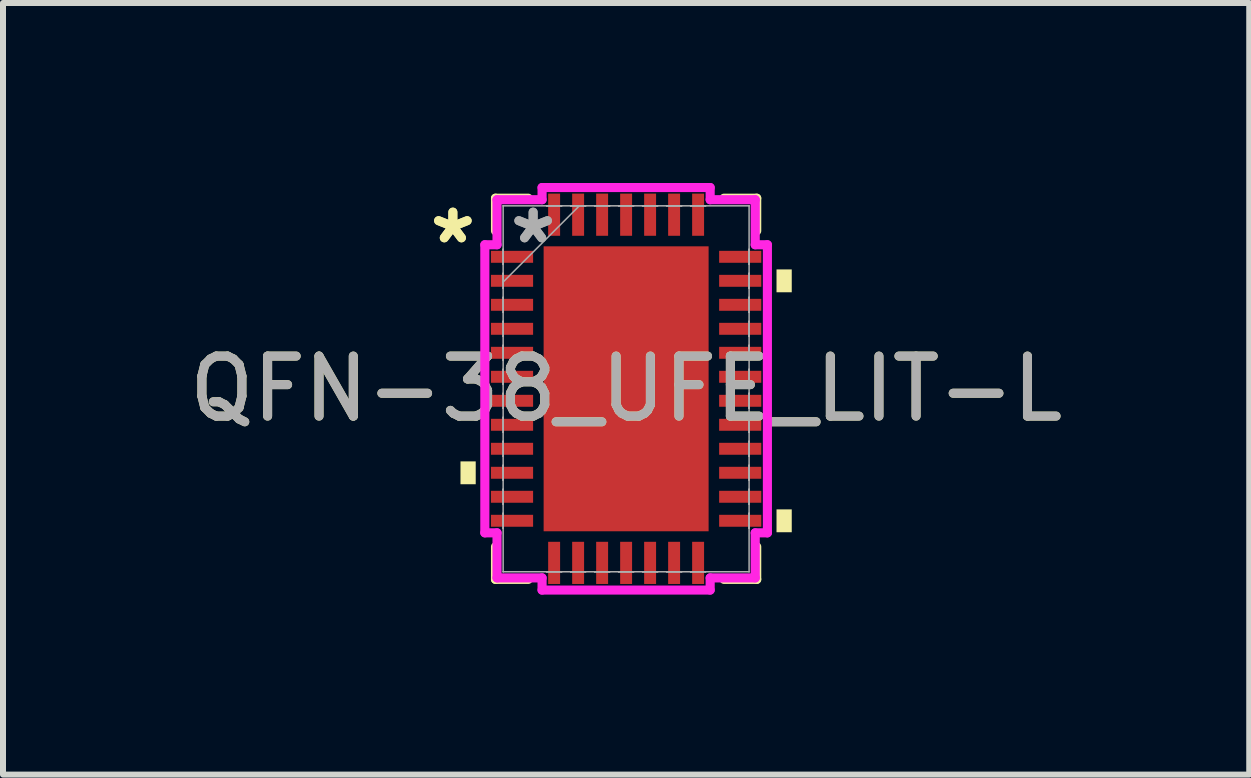
<source format=kicad_pcb>
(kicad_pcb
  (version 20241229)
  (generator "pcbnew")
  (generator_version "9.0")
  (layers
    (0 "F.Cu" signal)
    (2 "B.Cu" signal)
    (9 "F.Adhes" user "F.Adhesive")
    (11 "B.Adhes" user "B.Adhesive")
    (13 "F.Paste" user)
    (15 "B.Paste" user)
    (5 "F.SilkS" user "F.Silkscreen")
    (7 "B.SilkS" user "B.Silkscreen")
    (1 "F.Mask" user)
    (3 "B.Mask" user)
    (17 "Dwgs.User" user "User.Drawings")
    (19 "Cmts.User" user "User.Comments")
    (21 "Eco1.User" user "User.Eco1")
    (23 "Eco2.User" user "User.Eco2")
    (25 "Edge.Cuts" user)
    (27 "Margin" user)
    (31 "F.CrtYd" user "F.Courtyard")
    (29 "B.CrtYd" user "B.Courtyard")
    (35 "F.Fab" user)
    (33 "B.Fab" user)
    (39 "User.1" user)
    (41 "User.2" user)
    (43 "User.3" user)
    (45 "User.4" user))
  (footprint "QFN-38_UFE_LIT-L"
    (layer "F.Cu")
    (at 7.387 3.431)
    (property "Reference" "QFN-38_UFE_LIT-L" (at 0 0 0) (unlocked yes) (layer "F.SilkS") (effects (font (size 1 1) (thickness 0.15))))
    (attr smd)
    (fp_line (start -2.177 -3.177) (end -2.177 -2.632) (stroke (width 0.152) (type solid)) (layer "F.SilkS"))
    (fp_line (start -2.177 2.632) (end -2.177 3.177) (stroke (width 0.152) (type solid)) (layer "F.SilkS"))
    (fp_line (start -2.177 3.177) (end -1.632 3.177) (stroke (width 0.152) (type solid)) (layer "F.SilkS"))
    (fp_line (start -1.632 -3.177) (end -2.177 -3.177) (stroke (width 0.152) (type solid)) (layer "F.SilkS"))
    (fp_line (start 1.632 3.177) (end 2.177 3.177) (stroke (width 0.152) (type solid)) (layer "F.SilkS"))
    (fp_line (start 2.177 -3.177) (end 1.632 -3.177) (stroke (width 0.152) (type solid)) (layer "F.SilkS"))
    (fp_line (start 2.177 -2.632) (end 2.177 -3.177) (stroke (width 0.152) (type solid)) (layer "F.SilkS"))
    (fp_line (start 2.177 3.177) (end 2.177 2.632) (stroke (width 0.152) (type solid)) (layer "F.SilkS"))
    (fp_poly (pts (xy -2.761 1.21) (xy -2.761 1.591) (xy -2.507 1.591) (xy -2.507 1.21)) (stroke (width 0) (type solid)) (fill yes) (layer "F.SilkS"))
    (fp_poly (pts (xy 2.761 -1.99) (xy 2.761 -1.609) (xy 2.507 -1.609) (xy 2.507 -1.99)) (stroke (width 0) (type solid)) (fill yes) (layer "F.SilkS"))
    (fp_poly (pts (xy 2.761 2.01) (xy 2.761 2.391) (xy 2.507 2.391) (xy 2.507 2.01)) (stroke (width 0) (type solid)) (fill yes) (layer "F.SilkS"))
    (fp_poly (pts (xy -1.275 -2.275) (xy -1.275 -0.892) (xy -0.1 -0.892) (xy -0.1 -2.275)) (stroke (width 0) (type solid)) (fill yes) (layer "F.Paste"))
    (fp_poly (pts (xy -1.275 -0.692) (xy -1.275 0.692) (xy -0.1 0.692) (xy -0.1 -0.692)) (stroke (width 0) (type solid)) (fill yes) (layer "F.Paste"))
    (fp_poly (pts (xy -1.275 0.892) (xy -1.275 2.275) (xy -0.1 2.275) (xy -0.1 0.892)) (stroke (width 0) (type solid)) (fill yes) (layer "F.Paste"))
    (fp_poly (pts (xy 0.1 -2.275) (xy 0.1 -0.892) (xy 1.275 -0.892) (xy 1.275 -2.275)) (stroke (width 0) (type solid)) (fill yes) (layer "F.Paste"))
    (fp_poly (pts (xy 0.1 -0.692) (xy 0.1 0.692) (xy 1.275 0.692) (xy 1.275 -0.692)) (stroke (width 0) (type solid)) (fill yes) (layer "F.Paste"))
    (fp_poly (pts (xy 0.1 0.892) (xy 0.1 2.275) (xy 1.275 2.275) (xy 1.275 0.892)) (stroke (width 0) (type solid)) (fill yes) (layer "F.Paste"))
    (fp_line (start -2.355 -2.401) (end -2.152 -2.401) (stroke (width 0.152) (type solid)) (layer "F.CrtYd"))
    (fp_line (start -2.355 2.401) (end -2.355 -2.401) (stroke (width 0.152) (type solid)) (layer "F.CrtYd"))
    (fp_line (start -2.152 -3.152) (end -1.401 -3.152) (stroke (width 0.152) (type solid)) (layer "F.CrtYd"))
    (fp_line (start -2.152 -2.401) (end -2.152 -3.152) (stroke (width 0.152) (type solid)) (layer "F.CrtYd"))
    (fp_line (start -2.152 2.401) (end -2.355 2.401) (stroke (width 0.152) (type solid)) (layer "F.CrtYd"))
    (fp_line (start -2.152 3.152) (end -2.152 2.401) (stroke (width 0.152) (type solid)) (layer "F.CrtYd"))
    (fp_line (start -1.401 -3.355) (end 1.401 -3.355) (stroke (width 0.152) (type solid)) (layer "F.CrtYd"))
    (fp_line (start -1.401 -3.152) (end -1.401 -3.355) (stroke (width 0.152) (type solid)) (layer "F.CrtYd"))
    (fp_line (start -1.401 3.152) (end -2.152 3.152) (stroke (width 0.152) (type solid)) (layer "F.CrtYd"))
    (fp_line (start -1.401 3.355) (end -1.401 3.152) (stroke (width 0.152) (type solid)) (layer "F.CrtYd"))
    (fp_line (start 1.401 -3.355) (end 1.401 -3.152) (stroke (width 0.152) (type solid)) (layer "F.CrtYd"))
    (fp_line (start 1.401 -3.152) (end 2.152 -3.152) (stroke (width 0.152) (type solid)) (layer "F.CrtYd"))
    (fp_line (start 1.401 3.152) (end 1.401 3.355) (stroke (width 0.152) (type solid)) (layer "F.CrtYd"))
    (fp_line (start 1.401 3.355) (end -1.401 3.355) (stroke (width 0.152) (type solid)) (layer "F.CrtYd"))
    (fp_line (start 2.152 -3.152) (end 2.152 -2.401) (stroke (width 0.152) (type solid)) (layer "F.CrtYd"))
    (fp_line (start 2.152 -2.401) (end 2.355 -2.401) (stroke (width 0.152) (type solid)) (layer "F.CrtYd"))
    (fp_line (start 2.152 2.401) (end 2.152 3.152) (stroke (width 0.152) (type solid)) (layer "F.CrtYd"))
    (fp_line (start 2.152 3.152) (end 1.401 3.152) (stroke (width 0.152) (type solid)) (layer "F.CrtYd"))
    (fp_line (start 2.355 -2.401) (end 2.355 2.401) (stroke (width 0.152) (type solid)) (layer "F.CrtYd"))
    (fp_line (start 2.355 2.401) (end 2.152 2.401) (stroke (width 0.152) (type solid)) (layer "F.CrtYd"))
    (fp_line (start -2.05 -3.05) (end -2.05 -3.05) (stroke (width 0.025) (type solid)) (layer "F.Fab"))
    (fp_line (start -2.05 -3.05) (end -2.05 3.05) (stroke (width 0.025) (type solid)) (layer "F.Fab"))
    (fp_line (start -2.05 -2.325) (end -2.05 -2.325) (stroke (width 0.025) (type solid)) (layer "F.Fab"))
    (fp_line (start -2.05 -2.325) (end -2.05 -2.075) (stroke (width 0.025) (type solid)) (layer "F.Fab"))
    (fp_line (start -2.05 -2.075) (end -2.05 -2.325) (stroke (width 0.025) (type solid)) (layer "F.Fab"))
    (fp_line (start -2.05 -2.075) (end -2.05 -2.075) (stroke (width 0.025) (type solid)) (layer "F.Fab"))
    (fp_line (start -2.05 -1.925) (end -2.05 -1.925) (stroke (width 0.025) (type solid)) (layer "F.Fab"))
    (fp_line (start -2.05 -1.925) (end -2.05 -1.675) (stroke (width 0.025) (type solid)) (layer "F.Fab"))
    (fp_line (start -2.05 -1.78) (end -0.78 -3.05) (stroke (width 0.025) (type solid)) (layer "F.Fab"))
    (fp_line (start -2.05 -1.675) (end -2.05 -1.925) (stroke (width 0.025) (type solid)) (layer "F.Fab"))
    (fp_line (start -2.05 -1.675) (end -2.05 -1.675) (stroke (width 0.025) (type solid)) (layer "F.Fab"))
    (fp_line (start -2.05 -1.525) (end -2.05 -1.525) (stroke (width 0.025) (type solid)) (layer "F.Fab"))
    (fp_line (start -2.05 -1.525) (end -2.05 -1.275) (stroke (width 0.025) (type solid)) (layer "F.Fab"))
    (fp_line (start -2.05 -1.275) (end -2.05 -1.525) (stroke (width 0.025) (type solid)) (layer "F.Fab"))
    (fp_line (start -2.05 -1.275) (end -2.05 -1.275) (stroke (width 0.025) (type solid)) (layer "F.Fab"))
    (fp_line (start -2.05 -1.125) (end -2.05 -1.125) (stroke (width 0.025) (type solid)) (layer "F.Fab"))
    (fp_line (start -2.05 -1.125) (end -2.05 -0.875) (stroke (width 0.025) (type solid)) (layer "F.Fab"))
    (fp_line (start -2.05 -0.875) (end -2.05 -1.125) (stroke (width 0.025) (type solid)) (layer "F.Fab"))
    (fp_line (start -2.05 -0.875) (end -2.05 -0.875) (stroke (width 0.025) (type solid)) (layer "F.Fab"))
    (fp_line (start -2.05 -0.725) (end -2.05 -0.725) (stroke (width 0.025) (type solid)) (layer "F.Fab"))
    (fp_line (start -2.05 -0.725) (end -2.05 -0.475) (stroke (width 0.025) (type solid)) (layer "F.Fab"))
    (fp_line (start -2.05 -0.475) (end -2.05 -0.725) (stroke (width 0.025) (type solid)) (layer "F.Fab"))
    (fp_line (start -2.05 -0.475) (end -2.05 -0.475) (stroke (width 0.025) (type solid)) (layer "F.Fab"))
    (fp_line (start -2.05 -0.325) (end -2.05 -0.325) (stroke (width 0.025) (type solid)) (layer "F.Fab"))
    (fp_line (start -2.05 -0.325) (end -2.05 -0.075) (stroke (width 0.025) (type solid)) (layer "F.Fab"))
    (fp_line (start -2.05 -0.075) (end -2.05 -0.325) (stroke (width 0.025) (type solid)) (layer "F.Fab"))
    (fp_line (start -2.05 -0.075) (end -2.05 -0.075) (stroke (width 0.025) (type solid)) (layer "F.Fab"))
    (fp_line (start -2.05 0.075) (end -2.05 0.075) (stroke (width 0.025) (type solid)) (layer "F.Fab"))
    (fp_line (start -2.05 0.075) (end -2.05 0.325) (stroke (width 0.025) (type solid)) (layer "F.Fab"))
    (fp_line (start -2.05 0.325) (end -2.05 0.075) (stroke (width 0.025) (type solid)) (layer "F.Fab"))
    (fp_line (start -2.05 0.325) (end -2.05 0.325) (stroke (width 0.025) (type solid)) (layer "F.Fab"))
    (fp_line (start -2.05 0.475) (end -2.05 0.475) (stroke (width 0.025) (type solid)) (layer "F.Fab"))
    (fp_line (start -2.05 0.475) (end -2.05 0.725) (stroke (width 0.025) (type solid)) (layer "F.Fab"))
    (fp_line (start -2.05 0.725) (end -2.05 0.475) (stroke (width 0.025) (type solid)) (layer "F.Fab"))
    (fp_line (start -2.05 0.725) (end -2.05 0.725) (stroke (width 0.025) (type solid)) (layer "F.Fab"))
    (fp_line (start -2.05 0.875) (end -2.05 0.875) (stroke (width 0.025) (type solid)) (layer "F.Fab"))
    (fp_line (start -2.05 0.875) (end -2.05 1.125) (stroke (width 0.025) (type solid)) (layer "F.Fab"))
    (fp_line (start -2.05 1.125) (end -2.05 0.875) (stroke (width 0.025) (type solid)) (layer "F.Fab"))
    (fp_line (start -2.05 1.125) (end -2.05 1.125) (stroke (width 0.025) (type solid)) (layer "F.Fab"))
    (fp_line (start -2.05 1.275) (end -2.05 1.275) (stroke (width 0.025) (type solid)) (layer "F.Fab"))
    (fp_line (start -2.05 1.275) (end -2.05 1.525) (stroke (width 0.025) (type solid)) (layer "F.Fab"))
    (fp_line (start -2.05 1.525) (end -2.05 1.275) (stroke (width 0.025) (type solid)) (layer "F.Fab"))
    (fp_line (start -2.05 1.525) (end -2.05 1.525) (stroke (width 0.025) (type solid)) (layer "F.Fab"))
    (fp_line (start -2.05 1.675) (end -2.05 1.675) (stroke (width 0.025) (type solid)) (layer "F.Fab"))
    (fp_line (start -2.05 1.675) (end -2.05 1.925) (stroke (width 0.025) (type solid)) (layer "F.Fab"))
    (fp_line (start -2.05 1.925) (end -2.05 1.675) (stroke (width 0.025) (type solid)) (layer "F.Fab"))
    (fp_line (start -2.05 1.925) (end -2.05 1.925) (stroke (width 0.025) (type solid)) (layer "F.Fab"))
    (fp_line (start -2.05 2.075) (end -2.05 2.075) (stroke (width 0.025) (type solid)) (layer "F.Fab"))
    (fp_line (start -2.05 2.075) (end -2.05 2.325) (stroke (width 0.025) (type solid)) (layer "F.Fab"))
    (fp_line (start -2.05 2.325) (end -2.05 2.075) (stroke (width 0.025) (type solid)) (layer "F.Fab"))
    (fp_line (start -2.05 2.325) (end -2.05 2.325) (stroke (width 0.025) (type solid)) (layer "F.Fab"))
    (fp_line (start -2.05 3.05) (end -2.05 3.05) (stroke (width 0.025) (type solid)) (layer "F.Fab"))
    (fp_line (start -2.05 3.05) (end 2.05 3.05) (stroke (width 0.025) (type solid)) (layer "F.Fab"))
    (fp_line (start -1.325 -3.05) (end -1.325 -3.05) (stroke (width 0.025) (type solid)) (layer "F.Fab"))
    (fp_line (start -1.325 -3.05) (end -1.075 -3.05) (stroke (width 0.025) (type solid)) (layer "F.Fab"))
    (fp_line (start -1.325 3.05) (end -1.325 3.05) (stroke (width 0.025) (type solid)) (layer "F.Fab"))
    (fp_line (start -1.325 3.05) (end -1.075 3.05) (stroke (width 0.025) (type solid)) (layer "F.Fab"))
    (fp_line (start -1.075 -3.05) (end -1.325 -3.05) (stroke (width 0.025) (type solid)) (layer "F.Fab"))
    (fp_line (start -1.075 -3.05) (end -1.075 -3.05) (stroke (width 0.025) (type solid)) (layer "F.Fab"))
    (fp_line (start -1.075 3.05) (end -1.325 3.05) (stroke (width 0.025) (type solid)) (layer "F.Fab"))
    (fp_line (start -1.075 3.05) (end -1.075 3.05) (stroke (width 0.025) (type solid)) (layer "F.Fab"))
    (fp_line (start -0.925 -3.05) (end -0.925 -3.05) (stroke (width 0.025) (type solid)) (layer "F.Fab"))
    (fp_line (start -0.925 -3.05) (end -0.675 -3.05) (stroke (width 0.025) (type solid)) (layer "F.Fab"))
    (fp_line (start -0.925 3.05) (end -0.925 3.05) (stroke (width 0.025) (type solid)) (layer "F.Fab"))
    (fp_line (start -0.925 3.05) (end -0.675 3.05) (stroke (width 0.025) (type solid)) (layer "F.Fab"))
    (fp_line (start -0.675 -3.05) (end -0.925 -3.05) (stroke (width 0.025) (type solid)) (layer "F.Fab"))
    (fp_line (start -0.675 -3.05) (end -0.675 -3.05) (stroke (width 0.025) (type solid)) (layer "F.Fab"))
    (fp_line (start -0.675 3.05) (end -0.925 3.05) (stroke (width 0.025) (type solid)) (layer "F.Fab"))
    (fp_line (start -0.675 3.05) (end -0.675 3.05) (stroke (width 0.025) (type solid)) (layer "F.Fab"))
    (fp_line (start -0.525 -3.05) (end -0.525 -3.05) (stroke (width 0.025) (type solid)) (layer "F.Fab"))
    (fp_line (start -0.525 -3.05) (end -0.275 -3.05) (stroke (width 0.025) (type solid)) (layer "F.Fab"))
    (fp_line (start -0.525 3.05) (end -0.525 3.05) (stroke (width 0.025) (type solid)) (layer "F.Fab"))
    (fp_line (start -0.525 3.05) (end -0.275 3.05) (stroke (width 0.025) (type solid)) (layer "F.Fab"))
    (fp_line (start -0.275 -3.05) (end -0.525 -3.05) (stroke (width 0.025) (type solid)) (layer "F.Fab"))
    (fp_line (start -0.275 -3.05) (end -0.275 -3.05) (stroke (width 0.025) (type solid)) (layer "F.Fab"))
    (fp_line (start -0.275 3.05) (end -0.525 3.05) (stroke (width 0.025) (type solid)) (layer "F.Fab"))
    (fp_line (start -0.275 3.05) (end -0.275 3.05) (stroke (width 0.025) (type solid)) (layer "F.Fab"))
    (fp_line (start -0.125 -3.05) (end -0.125 -3.05) (stroke (width 0.025) (type solid)) (layer "F.Fab"))
    (fp_line (start -0.125 -3.05) (end 0.125 -3.05) (stroke (width 0.025) (type solid)) (layer "F.Fab"))
    (fp_line (start -0.125 3.05) (end -0.125 3.05) (stroke (width 0.025) (type solid)) (layer "F.Fab"))
    (fp_line (start -0.125 3.05) (end 0.125 3.05) (stroke (width 0.025) (type solid)) (layer "F.Fab"))
    (fp_line (start 0.125 -3.05) (end -0.125 -3.05) (stroke (width 0.025) (type solid)) (layer "F.Fab"))
    (fp_line (start 0.125 -3.05) (end 0.125 -3.05) (stroke (width 0.025) (type solid)) (layer "F.Fab"))
    (fp_line (start 0.125 3.05) (end -0.125 3.05) (stroke (width 0.025) (type solid)) (layer "F.Fab"))
    (fp_line (start 0.125 3.05) (end 0.125 3.05) (stroke (width 0.025) (type solid)) (layer "F.Fab"))
    (fp_line (start 0.275 -3.05) (end 0.275 -3.05) (stroke (width 0.025) (type solid)) (layer "F.Fab"))
    (fp_line (start 0.275 -3.05) (end 0.525 -3.05) (stroke (width 0.025) (type solid)) (layer "F.Fab"))
    (fp_line (start 0.275 3.05) (end 0.275 3.05) (stroke (width 0.025) (type solid)) (layer "F.Fab"))
    (fp_line (start 0.275 3.05) (end 0.525 3.05) (stroke (width 0.025) (type solid)) (layer "F.Fab"))
    (fp_line (start 0.525 -3.05) (end 0.275 -3.05) (stroke (width 0.025) (type solid)) (layer "F.Fab"))
    (fp_line (start 0.525 -3.05) (end 0.525 -3.05) (stroke (width 0.025) (type solid)) (layer "F.Fab"))
    (fp_line (start 0.525 3.05) (end 0.275 3.05) (stroke (width 0.025) (type solid)) (layer "F.Fab"))
    (fp_line (start 0.525 3.05) (end 0.525 3.05) (stroke (width 0.025) (type solid)) (layer "F.Fab"))
    (fp_line (start 0.675 -3.05) (end 0.675 -3.05) (stroke (width 0.025) (type solid)) (layer "F.Fab"))
    (fp_line (start 0.675 -3.05) (end 0.925 -3.05) (stroke (width 0.025) (type solid)) (layer "F.Fab"))
    (fp_line (start 0.675 3.05) (end 0.675 3.05) (stroke (width 0.025) (type solid)) (layer "F.Fab"))
    (fp_line (start 0.675 3.05) (end 0.925 3.05) (stroke (width 0.025) (type solid)) (layer "F.Fab"))
    (fp_line (start 0.925 -3.05) (end 0.675 -3.05) (stroke (width 0.025) (type solid)) (layer "F.Fab"))
    (fp_line (start 0.925 -3.05) (end 0.925 -3.05) (stroke (width 0.025) (type solid)) (layer "F.Fab"))
    (fp_line (start 0.925 3.05) (end 0.675 3.05) (stroke (width 0.025) (type solid)) (layer "F.Fab"))
    (fp_line (start 0.925 3.05) (end 0.925 3.05) (stroke (width 0.025) (type solid)) (layer "F.Fab"))
    (fp_line (start 1.075 -3.05) (end 1.075 -3.05) (stroke (width 0.025) (type solid)) (layer "F.Fab"))
    (fp_line (start 1.075 -3.05) (end 1.325 -3.05) (stroke (width 0.025) (type solid)) (layer "F.Fab"))
    (fp_line (start 1.075 3.05) (end 1.075 3.05) (stroke (width 0.025) (type solid)) (layer "F.Fab"))
    (fp_line (start 1.075 3.05) (end 1.325 3.05) (stroke (width 0.025) (type solid)) (layer "F.Fab"))
    (fp_line (start 1.325 -3.05) (end 1.075 -3.05) (stroke (width 0.025) (type solid)) (layer "F.Fab"))
    (fp_line (start 1.325 -3.05) (end 1.325 -3.05) (stroke (width 0.025) (type solid)) (layer "F.Fab"))
    (fp_line (start 1.325 3.05) (end 1.075 3.05) (stroke (width 0.025) (type solid)) (layer "F.Fab"))
    (fp_line (start 1.325 3.05) (end 1.325 3.05) (stroke (width 0.025) (type solid)) (layer "F.Fab"))
    (fp_line (start 2.05 -3.05) (end -2.05 -3.05) (stroke (width 0.025) (type solid)) (layer "F.Fab"))
    (fp_line (start 2.05 -3.05) (end 2.05 -3.05) (stroke (width 0.025) (type solid)) (layer "F.Fab"))
    (fp_line (start 2.05 -2.325) (end 2.05 -2.325) (stroke (width 0.025) (type solid)) (layer "F.Fab"))
    (fp_line (start 2.05 -2.325) (end 2.05 -2.075) (stroke (width 0.025) (type solid)) (layer "F.Fab"))
    (fp_line (start 2.05 -2.075) (end 2.05 -2.325) (stroke (width 0.025) (type solid)) (layer "F.Fab"))
    (fp_line (start 2.05 -2.075) (end 2.05 -2.075) (stroke (width 0.025) (type solid)) (layer "F.Fab"))
    (fp_line (start 2.05 -1.925) (end 2.05 -1.925) (stroke (width 0.025) (type solid)) (layer "F.Fab"))
    (fp_line (start 2.05 -1.925) (end 2.05 -1.675) (stroke (width 0.025) (type solid)) (layer "F.Fab"))
    (fp_line (start 2.05 -1.675) (end 2.05 -1.925) (stroke (width 0.025) (type solid)) (layer "F.Fab"))
    (fp_line (start 2.05 -1.675) (end 2.05 -1.675) (stroke (width 0.025) (type solid)) (layer "F.Fab"))
    (fp_line (start 2.05 -1.525) (end 2.05 -1.525) (stroke (width 0.025) (type solid)) (layer "F.Fab"))
    (fp_line (start 2.05 -1.525) (end 2.05 -1.275) (stroke (width 0.025) (type solid)) (layer "F.Fab"))
    (fp_line (start 2.05 -1.275) (end 2.05 -1.525) (stroke (width 0.025) (type solid)) (layer "F.Fab"))
    (fp_line (start 2.05 -1.275) (end 2.05 -1.275) (stroke (width 0.025) (type solid)) (layer "F.Fab"))
    (fp_line (start 2.05 -1.125) (end 2.05 -1.125) (stroke (width 0.025) (type solid)) (layer "F.Fab"))
    (fp_line (start 2.05 -1.125) (end 2.05 -0.875) (stroke (width 0.025) (type solid)) (layer "F.Fab"))
    (fp_line (start 2.05 -0.875) (end 2.05 -1.125) (stroke (width 0.025) (type solid)) (layer "F.Fab"))
    (fp_line (start 2.05 -0.875) (end 2.05 -0.875) (stroke (width 0.025) (type solid)) (layer "F.Fab"))
    (fp_line (start 2.05 -0.725) (end 2.05 -0.725) (stroke (width 0.025) (type solid)) (layer "F.Fab"))
    (fp_line (start 2.05 -0.725) (end 2.05 -0.475) (stroke (width 0.025) (type solid)) (layer "F.Fab"))
    (fp_line (start 2.05 -0.475) (end 2.05 -0.725) (stroke (width 0.025) (type solid)) (layer "F.Fab"))
    (fp_line (start 2.05 -0.475) (end 2.05 -0.475) (stroke (width 0.025) (type solid)) (layer "F.Fab"))
    (fp_line (start 2.05 -0.325) (end 2.05 -0.325) (stroke (width 0.025) (type solid)) (layer "F.Fab"))
    (fp_line (start 2.05 -0.325) (end 2.05 -0.075) (stroke (width 0.025) (type solid)) (layer "F.Fab"))
    (fp_line (start 2.05 -0.075) (end 2.05 -0.325) (stroke (width 0.025) (type solid)) (layer "F.Fab"))
    (fp_line (start 2.05 -0.075) (end 2.05 -0.075) (stroke (width 0.025) (type solid)) (layer "F.Fab"))
    (fp_line (start 2.05 0.075) (end 2.05 0.075) (stroke (width 0.025) (type solid)) (layer "F.Fab"))
    (fp_line (start 2.05 0.075) (end 2.05 0.325) (stroke (width 0.025) (type solid)) (layer "F.Fab"))
    (fp_line (start 2.05 0.325) (end 2.05 0.075) (stroke (width 0.025) (type solid)) (layer "F.Fab"))
    (fp_line (start 2.05 0.325) (end 2.05 0.325) (stroke (width 0.025) (type solid)) (layer "F.Fab"))
    (fp_line (start 2.05 0.475) (end 2.05 0.475) (stroke (width 0.025) (type solid)) (layer "F.Fab"))
    (fp_line (start 2.05 0.475) (end 2.05 0.725) (stroke (width 0.025) (type solid)) (layer "F.Fab"))
    (fp_line (start 2.05 0.725) (end 2.05 0.475) (stroke (width 0.025) (type solid)) (layer "F.Fab"))
    (fp_line (start 2.05 0.725) (end 2.05 0.725) (stroke (width 0.025) (type solid)) (layer "F.Fab"))
    (fp_line (start 2.05 0.875) (end 2.05 0.875) (stroke (width 0.025) (type solid)) (layer "F.Fab"))
    (fp_line (start 2.05 0.875) (end 2.05 1.125) (stroke (width 0.025) (type solid)) (layer "F.Fab"))
    (fp_line (start 2.05 1.125) (end 2.05 0.875) (stroke (width 0.025) (type solid)) (layer "F.Fab"))
    (fp_line (start 2.05 1.125) (end 2.05 1.125) (stroke (width 0.025) (type solid)) (layer "F.Fab"))
    (fp_line (start 2.05 1.275) (end 2.05 1.275) (stroke (width 0.025) (type solid)) (layer "F.Fab"))
    (fp_line (start 2.05 1.275) (end 2.05 1.525) (stroke (width 0.025) (type solid)) (layer "F.Fab"))
    (fp_line (start 2.05 1.525) (end 2.05 1.275) (stroke (width 0.025) (type solid)) (layer "F.Fab"))
    (fp_line (start 2.05 1.525) (end 2.05 1.525) (stroke (width 0.025) (type solid)) (layer "F.Fab"))
    (fp_line (start 2.05 1.675) (end 2.05 1.675) (stroke (width 0.025) (type solid)) (layer "F.Fab"))
    (fp_line (start 2.05 1.675) (end 2.05 1.925) (stroke (width 0.025) (type solid)) (layer "F.Fab"))
    (fp_line (start 2.05 1.925) (end 2.05 1.675) (stroke (width 0.025) (type solid)) (layer "F.Fab"))
    (fp_line (start 2.05 1.925) (end 2.05 1.925) (stroke (width 0.025) (type solid)) (layer "F.Fab"))
    (fp_line (start 2.05 2.075) (end 2.05 2.075) (stroke (width 0.025) (type solid)) (layer "F.Fab"))
    (fp_line (start 2.05 2.075) (end 2.05 2.325) (stroke (width 0.025) (type solid)) (layer "F.Fab"))
    (fp_line (start 2.05 2.325) (end 2.05 2.075) (stroke (width 0.025) (type solid)) (layer "F.Fab"))
    (fp_line (start 2.05 2.325) (end 2.05 2.325) (stroke (width 0.025) (type solid)) (layer "F.Fab"))
    (fp_line (start 2.05 3.05) (end 2.05 -3.05) (stroke (width 0.025) (type solid)) (layer "F.Fab"))
    (fp_line (start 2.05 3.05) (end 2.05 3.05) (stroke (width 0.025) (type solid)) (layer "F.Fab"))
    (fp_text user "*" (at -2.888 -2.4 0) (layer "F.SilkS") (effects (font (size 1 1) (thickness 0.15))))
    (fp_text user "*" (at -2.888 -2.4 0) (unlocked yes) (layer "F.SilkS") (effects (font (size 1 1) (thickness 0.15))))
    (fp_text user "${REFERENCE}" (at 0 0 0) (unlocked yes) (layer "F.Fab") (effects (font (size 1 1) (thickness 0.15))))
    (fp_text user "*" (at -1.55 -2.4 0) (layer "F.Fab") (effects (font (size 1 1) (thickness 0.15))))
    (fp_text user "*" (at -1.55 -2.4 0) (unlocked yes) (layer "F.Fab") (effects (font (size 1 1) (thickness 0.15))))
    (pad "1" smd rect (at -1.902 -2.2 90) (size 0.199 0.703) (layers "F.Cu" "F.Mask" "F.Paste"))
    (pad "2" smd rect (at -1.902 -1.8 90) (size 0.199 0.703) (layers "F.Cu" "F.Mask" "F.Paste"))
    (pad "3" smd rect (at -1.902 -1.4 90) (size 0.199 0.703) (layers "F.Cu" "F.Mask" "F.Paste"))
    (pad "4" smd rect (at -1.902 -1 90) (size 0.199 0.703) (layers "F.Cu" "F.Mask" "F.Paste"))
    (pad "5" smd rect (at -1.902 -0.6 90) (size 0.199 0.703) (layers "F.Cu" "F.Mask" "F.Paste"))
    (pad "6" smd rect (at -1.902 -0.2 90) (size 0.199 0.703) (layers "F.Cu" "F.Mask" "F.Paste"))
    (pad "7" smd rect (at -1.902 0.2 90) (size 0.199 0.703) (layers "F.Cu" "F.Mask" "F.Paste"))
    (pad "8" smd rect (at -1.902 0.6 90) (size 0.199 0.703) (layers "F.Cu" "F.Mask" "F.Paste"))
    (pad "9" smd rect (at -1.902 1 90) (size 0.199 0.703) (layers "F.Cu" "F.Mask" "F.Paste"))
    (pad "10" smd rect (at -1.902 1.4 90) (size 0.199 0.703) (layers "F.Cu" "F.Mask" "F.Paste"))
    (pad "11" smd rect (at -1.902 1.8 90) (size 0.199 0.703) (layers "F.Cu" "F.Mask" "F.Paste"))
    (pad "12" smd rect (at -1.902 2.2 90) (size 0.199 0.703) (layers "F.Cu" "F.Mask" "F.Paste"))
    (pad "13" smd rect (at -1.2 2.902) (size 0.199 0.703) (layers "F.Cu" "F.Mask" "F.Paste"))
    (pad "14" smd rect (at -0.8 2.902) (size 0.199 0.703) (layers "F.Cu" "F.Mask" "F.Paste"))
    (pad "15" smd rect (at -0.4 2.902) (size 0.199 0.703) (layers "F.Cu" "F.Mask" "F.Paste"))
    (pad "16" smd rect (at 0 2.902) (size 0.199 0.703) (layers "F.Cu" "F.Mask" "F.Paste"))
    (pad "17" smd rect (at 0.4 2.902) (size 0.199 0.703) (layers "F.Cu" "F.Mask" "F.Paste"))
    (pad "18" smd rect (at 0.8 2.902) (size 0.199 0.703) (layers "F.Cu" "F.Mask" "F.Paste"))
    (pad "19" smd rect (at 1.2 2.902) (size 0.199 0.703) (layers "F.Cu" "F.Mask" "F.Paste"))
    (pad "20" smd rect (at 1.902 2.2 90) (size 0.199 0.703) (layers "F.Cu" "F.Mask" "F.Paste"))
    (pad "21" smd rect (at 1.902 1.8 90) (size 0.199 0.703) (layers "F.Cu" "F.Mask" "F.Paste"))
    (pad "22" smd rect (at 1.902 1.4 90) (size 0.199 0.703) (layers "F.Cu" "F.Mask" "F.Paste"))
    (pad "23" smd rect (at 1.902 1 90) (size 0.199 0.703) (layers "F.Cu" "F.Mask" "F.Paste"))
    (pad "24" smd rect (at 1.902 0.6 90) (size 0.199 0.703) (layers "F.Cu" "F.Mask" "F.Paste"))
    (pad "25" smd rect (at 1.902 0.2 90) (size 0.199 0.703) (layers "F.Cu" "F.Mask" "F.Paste"))
    (pad "26" smd rect (at 1.902 -0.2 90) (size 0.199 0.703) (layers "F.Cu" "F.Mask" "F.Paste"))
    (pad "27" smd rect (at 1.902 -0.6 90) (size 0.199 0.703) (layers "F.Cu" "F.Mask" "F.Paste"))
    (pad "28" smd rect (at 1.902 -1 90) (size 0.199 0.703) (layers "F.Cu" "F.Mask" "F.Paste"))
    (pad "29" smd rect (at 1.902 -1.4 90) (size 0.199 0.703) (layers "F.Cu" "F.Mask" "F.Paste"))
    (pad "30" smd rect (at 1.902 -1.8 90) (size 0.199 0.703) (layers "F.Cu" "F.Mask" "F.Paste"))
    (pad "31" smd rect (at 1.902 -2.2 90) (size 0.199 0.703) (layers "F.Cu" "F.Mask" "F.Paste"))
    (pad "32" smd rect (at 1.2 -2.902) (size 0.199 0.703) (layers "F.Cu" "F.Mask" "F.Paste"))
    (pad "33" smd rect (at 0.8 -2.902) (size 0.199 0.703) (layers "F.Cu" "F.Mask" "F.Paste"))
    (pad "34" smd rect (at 0.4 -2.902) (size 0.199 0.703) (layers "F.Cu" "F.Mask" "F.Paste"))
    (pad "35" smd rect (at 0 -2.902) (size 0.199 0.703) (layers "F.Cu" "F.Mask" "F.Paste"))
    (pad "36" smd rect (at -0.4 -2.902) (size 0.199 0.703) (layers "F.Cu" "F.Mask" "F.Paste"))
    (pad "37" smd rect (at -0.8 -2.902) (size 0.199 0.703) (layers "F.Cu" "F.Mask" "F.Paste"))
    (pad "38" smd rect (at -1.2 -2.902) (size 0.199 0.703) (layers "F.Cu" "F.Mask" "F.Paste"))
    (pad "39" smd rect (at 0 0) (size 2.75 4.75) (layers "F.Cu" "F.Mask" "F.Paste")))
  (gr_rect
    (start -3 -3)
    (end 17.774 9.862)
    (stroke (width 0.1) (type default))
    (fill no)
    (layer "Edge.Cuts")))
</source>
